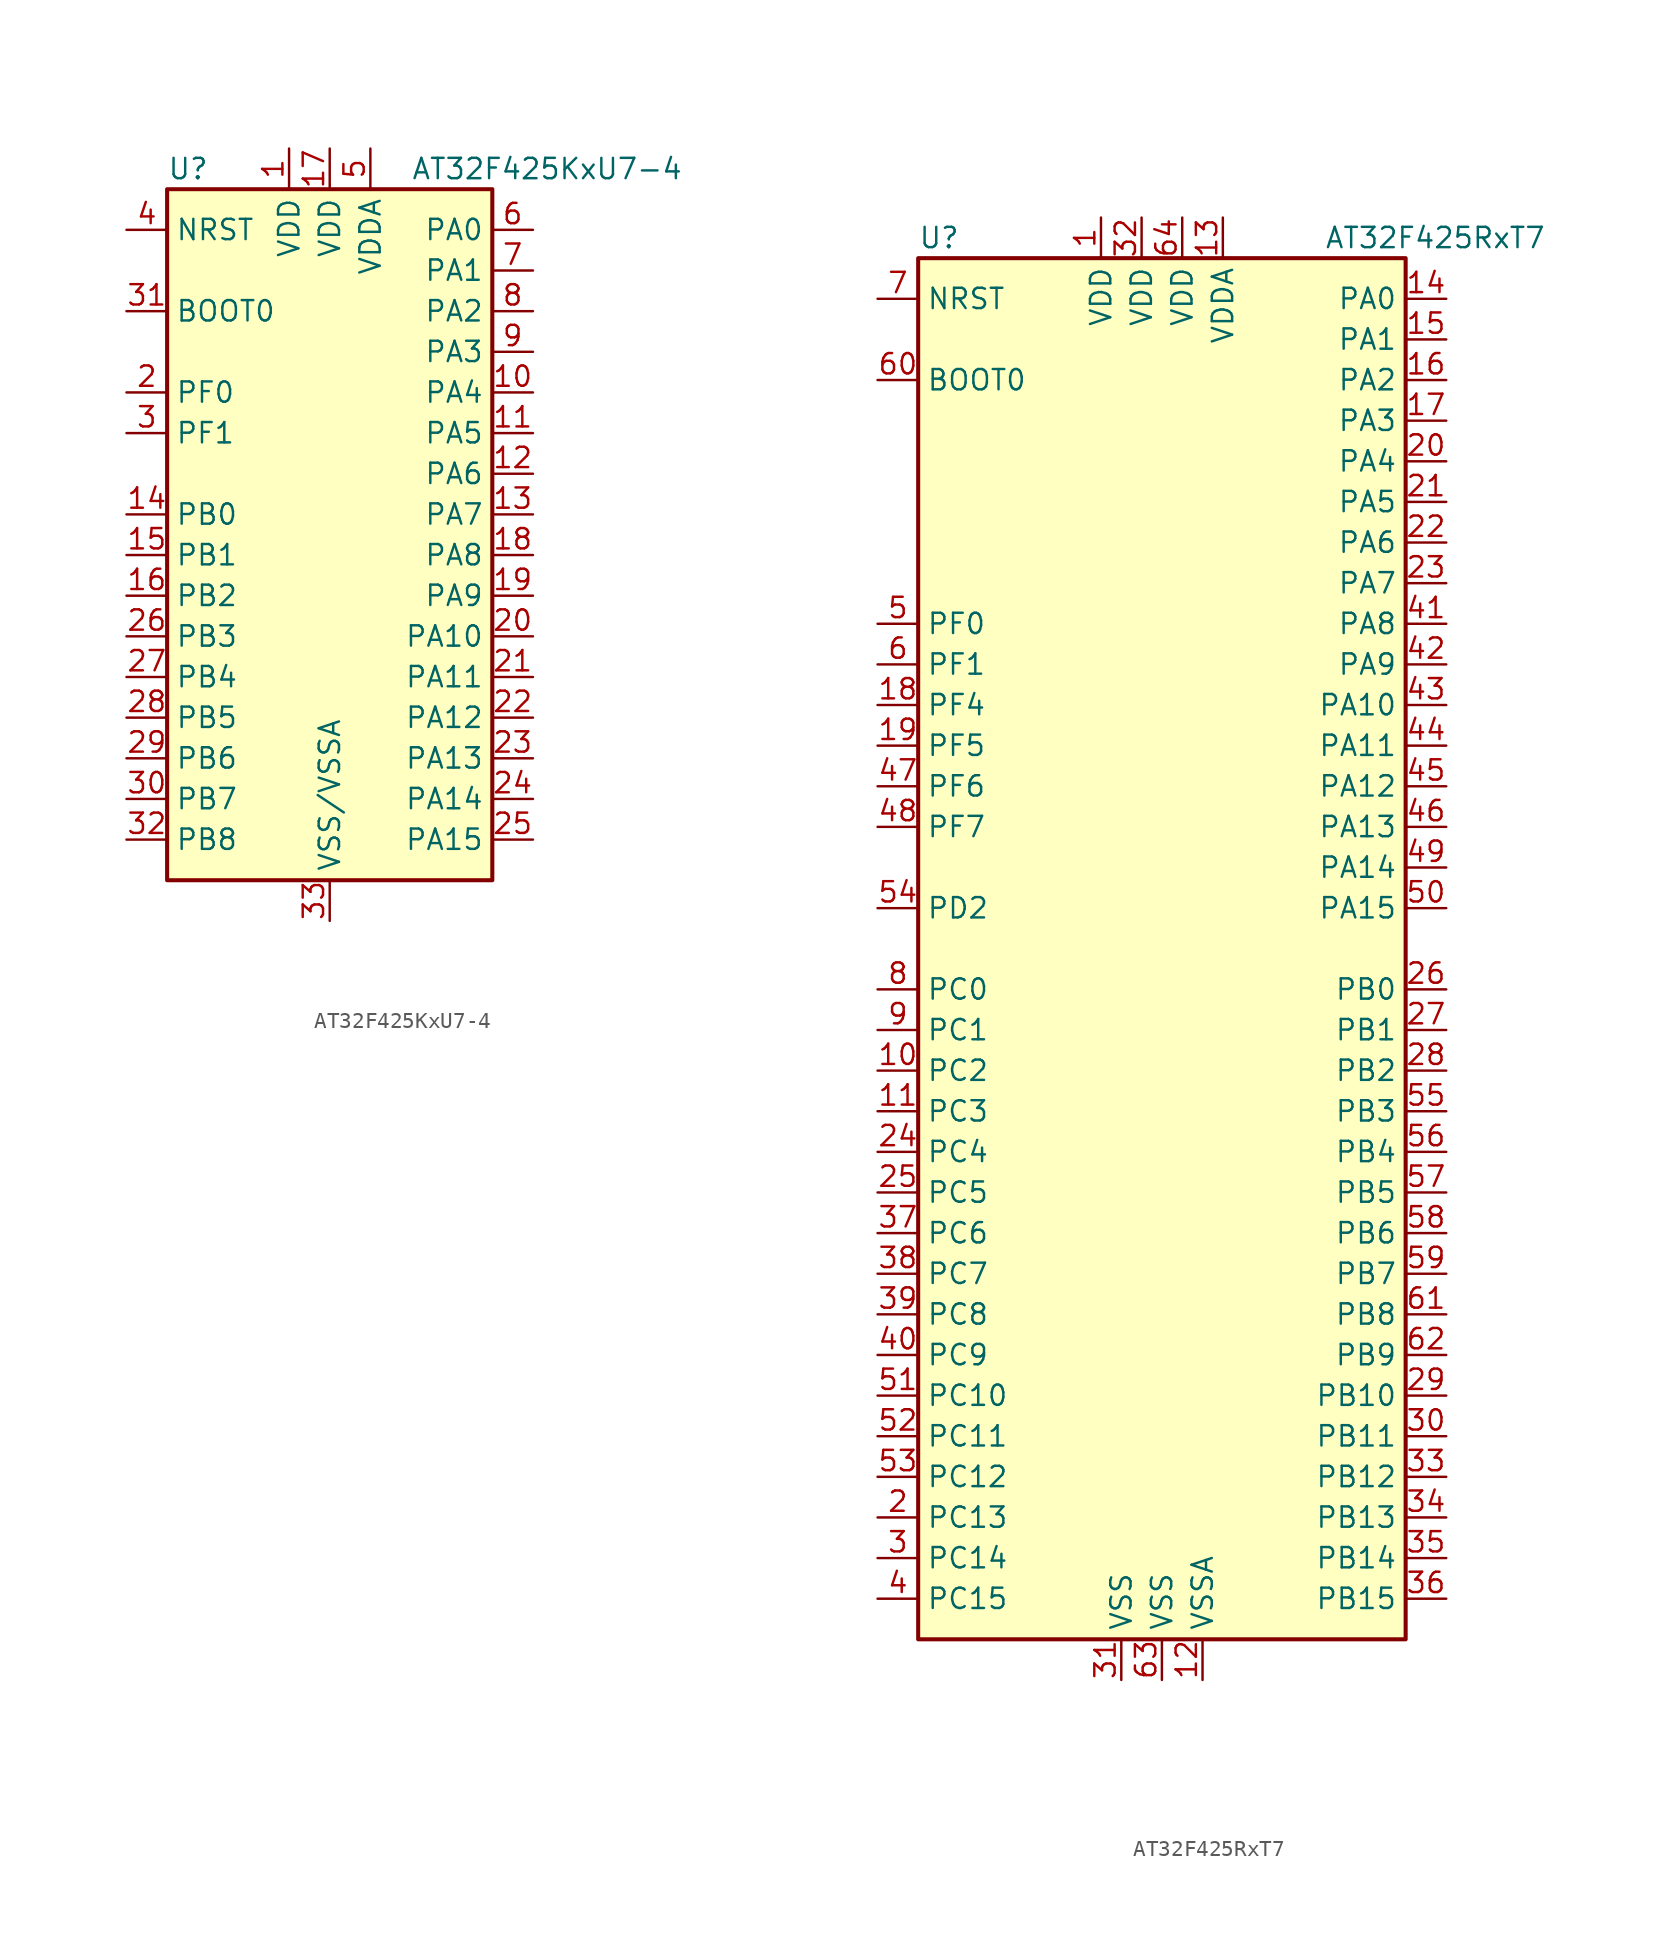
<source format=kicad_sym>
(kicad_symbol_lib
  (version 20220331)
  (generator kicad_symbol_editor)
  (symbol "AT32F425KxU7-4"
    (property "Reference" "U"
      (at -10.16 22.86 0)
      (effects (font (size 1.27 1.27)) (justify left)))
    (property "Value" "AT32F425KxU7-4"
      (at 5.08 22.86 0)
      (effects (font (size 1.27 1.27)) (justify left)))
    (symbol "AT32F425KxU7-4_0_1"
      (rectangle (start -10.16 -21.59) (end 10.16 21.59) (stroke (width 0.254) (type default)) (fill (type background))))
    (symbol "AT32F425KxU7-4_1_1"
      (pin power_in line (at -2.54 24.13 270) (length 2.54) (name "VDD" (effects (font (size 1.27 1.27)))) (number "1" (effects (font (size 1.27 1.27)))))
      (pin bidirectional line (at 12.7 8.89 180) (length 2.54) (name "PA4" (effects (font (size 1.27 1.27)))) (number "10" (effects (font (size 1.27 1.27)))))
      (pin bidirectional line (at 12.7 6.35 180) (length 2.54) (name "PA5" (effects (font (size 1.27 1.27)))) (number "11" (effects (font (size 1.27 1.27)))))
      (pin bidirectional line (at 12.7 3.81 180) (length 2.54) (name "PA6" (effects (font (size 1.27 1.27)))) (number "12" (effects (font (size 1.27 1.27)))))
      (pin bidirectional line (at 12.7 1.27 180) (length 2.54) (name "PA7" (effects (font (size 1.27 1.27)))) (number "13" (effects (font (size 1.27 1.27)))))
      (pin bidirectional line (at -12.7 1.27 0) (length 2.54) (name "PB0" (effects (font (size 1.27 1.27)))) (number "14" (effects (font (size 1.27 1.27)))))
      (pin bidirectional line (at -12.7 -1.27 0) (length 2.54) (name "PB1" (effects (font (size 1.27 1.27)))) (number "15" (effects (font (size 1.27 1.27)))))
      (pin bidirectional line (at -12.7 -3.81 0) (length 2.54) (name "PB2" (effects (font (size 1.27 1.27)))) (number "16" (effects (font (size 1.27 1.27)))))
      (pin power_in line (at 0 24.13 270) (length 2.54) (name "VDD" (effects (font (size 1.27 1.27)))) (number "17" (effects (font (size 1.27 1.27)))))
      (pin bidirectional line (at 12.7 -1.27 180) (length 2.54) (name "PA8" (effects (font (size 1.27 1.27)))) (number "18" (effects (font (size 1.27 1.27)))))
      (pin bidirectional line (at 12.7 -3.81 180) (length 2.54) (name "PA9" (effects (font (size 1.27 1.27)))) (number "19" (effects (font (size 1.27 1.27)))))
      (pin input line (at -12.7 8.89 0) (length 2.54) (name "PF0" (effects (font (size 1.27 1.27)))) (number "2" (effects (font (size 1.27 1.27)))))
      (pin bidirectional line (at 12.7 -6.35 180) (length 2.54) (name "PA10" (effects (font (size 1.27 1.27)))) (number "20" (effects (font (size 1.27 1.27)))))
      (pin bidirectional line (at 12.7 -8.89 180) (length 2.54) (name "PA11" (effects (font (size 1.27 1.27)))) (number "21" (effects (font (size 1.27 1.27)))))
      (pin bidirectional line (at 12.7 -11.43 180) (length 2.54) (name "PA12" (effects (font (size 1.27 1.27)))) (number "22" (effects (font (size 1.27 1.27)))))
      (pin bidirectional line (at 12.7 -13.97 180) (length 2.54) (name "PA13" (effects (font (size 1.27 1.27)))) (number "23" (effects (font (size 1.27 1.27)))))
      (pin bidirectional line (at 12.7 -16.51 180) (length 2.54) (name "PA14" (effects (font (size 1.27 1.27)))) (number "24" (effects (font (size 1.27 1.27)))))
      (pin bidirectional line (at 12.7 -19.05 180) (length 2.54) (name "PA15" (effects (font (size 1.27 1.27)))) (number "25" (effects (font (size 1.27 1.27)))))
      (pin bidirectional line (at -12.7 -6.35 0) (length 2.54) (name "PB3" (effects (font (size 1.27 1.27)))) (number "26" (effects (font (size 1.27 1.27)))))
      (pin bidirectional line (at -12.7 -8.89 0) (length 2.54) (name "PB4" (effects (font (size 1.27 1.27)))) (number "27" (effects (font (size 1.27 1.27)))))
      (pin bidirectional line (at -12.7 -11.43 0) (length 2.54) (name "PB5" (effects (font (size 1.27 1.27)))) (number "28" (effects (font (size 1.27 1.27)))))
      (pin bidirectional line (at -12.7 -13.97 0) (length 2.54) (name "PB6" (effects (font (size 1.27 1.27)))) (number "29" (effects (font (size 1.27 1.27)))))
      (pin input line (at -12.7 6.35 0) (length 2.54) (name "PF1" (effects (font (size 1.27 1.27)))) (number "3" (effects (font (size 1.27 1.27)))))
      (pin bidirectional line (at -12.7 -16.51 0) (length 2.54) (name "PB7" (effects (font (size 1.27 1.27)))) (number "30" (effects (font (size 1.27 1.27)))))
      (pin input line (at -12.7 13.97 0) (length 2.54) (name "BOOT0" (effects (font (size 1.27 1.27)))) (number "31" (effects (font (size 1.27 1.27)))))
      (pin bidirectional line (at -12.7 -19.05 0) (length 2.54) (name "PB8" (effects (font (size 1.27 1.27)))) (number "32" (effects (font (size 1.27 1.27)))))
      (pin power_in line (at 0 -24.13 90) (length 2.54) (name "VSS/VSSA" (effects (font (size 1.27 1.27)))) (number "33" (effects (font (size 1.27 1.27)))))
      (pin input line (at -12.7 19.05 0) (length 2.54) (name "NRST" (effects (font (size 1.27 1.27)))) (number "4" (effects (font (size 1.27 1.27)))))
      (pin power_in line (at 2.54 24.13 270) (length 2.54) (name "VDDA" (effects (font (size 1.27 1.27)))) (number "5" (effects (font (size 1.27 1.27)))))
      (pin bidirectional line (at 12.7 19.05 180) (length 2.54) (name "PA0" (effects (font (size 1.27 1.27)))) (number "6" (effects (font (size 1.27 1.27)))))
      (pin bidirectional line (at 12.7 16.51 180) (length 2.54) (name "PA1" (effects (font (size 1.27 1.27)))) (number "7" (effects (font (size 1.27 1.27)))))
      (pin bidirectional line (at 12.7 13.97 180) (length 2.54) (name "PA2" (effects (font (size 1.27 1.27)))) (number "8" (effects (font (size 1.27 1.27)))))
      (pin bidirectional line (at 12.7 11.43 180) (length 2.54) (name "PA3" (effects (font (size 1.27 1.27)))) (number "9" (effects (font (size 1.27 1.27)))))))
  (symbol "AT32F425RxT7"
    (property "Reference" "U"
      (at -15.24 44.45 0)
      (effects (font (size 1.27 1.27)) (justify left)))
    (property "Value" "AT32F425RxT7"
      (at 10.16 44.45 0)
      (effects (font (size 1.27 1.27)) (justify left)))
    (symbol "AT32F425RxT7_0_1"
      (rectangle (start -15.24 -43.18) (end 15.24 43.18) (stroke (width 0.254) (type default)) (fill (type background))))
    (symbol "AT32F425RxT7_1_1"
      (pin power_in line (at -3.81 45.72 270) (length 2.54) (name "VDD" (effects (font (size 1.27 1.27)))) (number "1" (effects (font (size 1.27 1.27)))))
      (pin bidirectional line (at -17.78 -7.62 0) (length 2.54) (name "PC2" (effects (font (size 1.27 1.27)))) (number "10" (effects (font (size 1.27 1.27)))))
      (pin bidirectional line (at -17.78 -10.16 0) (length 2.54) (name "PC3" (effects (font (size 1.27 1.27)))) (number "11" (effects (font (size 1.27 1.27)))))
      (pin power_in line (at 2.54 -45.72 90) (length 2.54) (name "VSSA" (effects (font (size 1.27 1.27)))) (number "12" (effects (font (size 1.27 1.27)))))
      (pin power_in line (at 3.81 45.72 270) (length 2.54) (name "VDDA" (effects (font (size 1.27 1.27)))) (number "13" (effects (font (size 1.27 1.27)))))
      (pin bidirectional line (at 17.78 40.64 180) (length 2.54) (name "PA0" (effects (font (size 1.27 1.27)))) (number "14" (effects (font (size 1.27 1.27)))))
      (pin bidirectional line (at 17.78 38.1 180) (length 2.54) (name "PA1" (effects (font (size 1.27 1.27)))) (number "15" (effects (font (size 1.27 1.27)))))
      (pin bidirectional line (at 17.78 35.56 180) (length 2.54) (name "PA2" (effects (font (size 1.27 1.27)))) (number "16" (effects (font (size 1.27 1.27)))))
      (pin bidirectional line (at 17.78 33.02 180) (length 2.54) (name "PA3" (effects (font (size 1.27 1.27)))) (number "17" (effects (font (size 1.27 1.27)))))
      (pin bidirectional line (at -17.78 15.24 0) (length 2.54) (name "PF4" (effects (font (size 1.27 1.27)))) (number "18" (effects (font (size 1.27 1.27)))))
      (pin bidirectional line (at -17.78 12.7 0) (length 2.54) (name "PF5" (effects (font (size 1.27 1.27)))) (number "19" (effects (font (size 1.27 1.27)))))
      (pin bidirectional line (at -17.78 -35.56 0) (length 2.54) (name "PC13" (effects (font (size 1.27 1.27)))) (number "2" (effects (font (size 1.27 1.27)))))
      (pin bidirectional line (at 17.78 30.48 180) (length 2.54) (name "PA4" (effects (font (size 1.27 1.27)))) (number "20" (effects (font (size 1.27 1.27)))))
      (pin bidirectional line (at 17.78 27.94 180) (length 2.54) (name "PA5" (effects (font (size 1.27 1.27)))) (number "21" (effects (font (size 1.27 1.27)))))
      (pin bidirectional line (at 17.78 25.4 180) (length 2.54) (name "PA6" (effects (font (size 1.27 1.27)))) (number "22" (effects (font (size 1.27 1.27)))))
      (pin bidirectional line (at 17.78 22.86 180) (length 2.54) (name "PA7" (effects (font (size 1.27 1.27)))) (number "23" (effects (font (size 1.27 1.27)))))
      (pin bidirectional line (at -17.78 -12.7 0) (length 2.54) (name "PC4" (effects (font (size 1.27 1.27)))) (number "24" (effects (font (size 1.27 1.27)))))
      (pin bidirectional line (at -17.78 -15.24 0) (length 2.54) (name "PC5" (effects (font (size 1.27 1.27)))) (number "25" (effects (font (size 1.27 1.27)))))
      (pin bidirectional line (at 17.78 -2.54 180) (length 2.54) (name "PB0" (effects (font (size 1.27 1.27)))) (number "26" (effects (font (size 1.27 1.27)))))
      (pin bidirectional line (at 17.78 -5.08 180) (length 2.54) (name "PB1" (effects (font (size 1.27 1.27)))) (number "27" (effects (font (size 1.27 1.27)))))
      (pin bidirectional line (at 17.78 -7.62 180) (length 2.54) (name "PB2" (effects (font (size 1.27 1.27)))) (number "28" (effects (font (size 1.27 1.27)))))
      (pin bidirectional line (at 17.78 -27.94 180) (length 2.54) (name "PB10" (effects (font (size 1.27 1.27)))) (number "29" (effects (font (size 1.27 1.27)))))
      (pin bidirectional line (at -17.78 -38.1 0) (length 2.54) (name "PC14" (effects (font (size 1.27 1.27)))) (number "3" (effects (font (size 1.27 1.27)))))
      (pin bidirectional line (at 17.78 -30.48 180) (length 2.54) (name "PB11" (effects (font (size 1.27 1.27)))) (number "30" (effects (font (size 1.27 1.27)))))
      (pin power_in line (at -2.54 -45.72 90) (length 2.54) (name "VSS" (effects (font (size 1.27 1.27)))) (number "31" (effects (font (size 1.27 1.27)))))
      (pin power_in line (at -1.27 45.72 270) (length 2.54) (name "VDD" (effects (font (size 1.27 1.27)))) (number "32" (effects (font (size 1.27 1.27)))))
      (pin bidirectional line (at 17.78 -33.02 180) (length 2.54) (name "PB12" (effects (font (size 1.27 1.27)))) (number "33" (effects (font (size 1.27 1.27)))))
      (pin bidirectional line (at 17.78 -35.56 180) (length 2.54) (name "PB13" (effects (font (size 1.27 1.27)))) (number "34" (effects (font (size 1.27 1.27)))))
      (pin bidirectional line (at 17.78 -38.1 180) (length 2.54) (name "PB14" (effects (font (size 1.27 1.27)))) (number "35" (effects (font (size 1.27 1.27)))))
      (pin bidirectional line (at 17.78 -40.64 180) (length 2.54) (name "PB15" (effects (font (size 1.27 1.27)))) (number "36" (effects (font (size 1.27 1.27)))))
      (pin bidirectional line (at -17.78 -17.78 0) (length 2.54) (name "PC6" (effects (font (size 1.27 1.27)))) (number "37" (effects (font (size 1.27 1.27)))))
      (pin bidirectional line (at -17.78 -20.32 0) (length 2.54) (name "PC7" (effects (font (size 1.27 1.27)))) (number "38" (effects (font (size 1.27 1.27)))))
      (pin bidirectional line (at -17.78 -22.86 0) (length 2.54) (name "PC8" (effects (font (size 1.27 1.27)))) (number "39" (effects (font (size 1.27 1.27)))))
      (pin bidirectional line (at -17.78 -40.64 0) (length 2.54) (name "PC15" (effects (font (size 1.27 1.27)))) (number "4" (effects (font (size 1.27 1.27)))))
      (pin bidirectional line (at -17.78 -25.4 0) (length 2.54) (name "PC9" (effects (font (size 1.27 1.27)))) (number "40" (effects (font (size 1.27 1.27)))))
      (pin bidirectional line (at 17.78 20.32 180) (length 2.54) (name "PA8" (effects (font (size 1.27 1.27)))) (number "41" (effects (font (size 1.27 1.27)))))
      (pin bidirectional line (at 17.78 17.78 180) (length 2.54) (name "PA9" (effects (font (size 1.27 1.27)))) (number "42" (effects (font (size 1.27 1.27)))))
      (pin bidirectional line (at 17.78 15.24 180) (length 2.54) (name "PA10" (effects (font (size 1.27 1.27)))) (number "43" (effects (font (size 1.27 1.27)))))
      (pin bidirectional line (at 17.78 12.7 180) (length 2.54) (name "PA11" (effects (font (size 1.27 1.27)))) (number "44" (effects (font (size 1.27 1.27)))))
      (pin bidirectional line (at 17.78 10.16 180) (length 2.54) (name "PA12" (effects (font (size 1.27 1.27)))) (number "45" (effects (font (size 1.27 1.27)))))
      (pin bidirectional line (at 17.78 7.62 180) (length 2.54) (name "PA13" (effects (font (size 1.27 1.27)))) (number "46" (effects (font (size 1.27 1.27)))))
      (pin bidirectional line (at -17.78 10.16 0) (length 2.54) (name "PF6" (effects (font (size 1.27 1.27)))) (number "47" (effects (font (size 1.27 1.27)))))
      (pin bidirectional line (at -17.78 7.62 0) (length 2.54) (name "PF7" (effects (font (size 1.27 1.27)))) (number "48" (effects (font (size 1.27 1.27)))))
      (pin bidirectional line (at 17.78 5.08 180) (length 2.54) (name "PA14" (effects (font (size 1.27 1.27)))) (number "49" (effects (font (size 1.27 1.27)))))
      (pin input line (at -17.78 20.32 0) (length 2.54) (name "PF0" (effects (font (size 1.27 1.27)))) (number "5" (effects (font (size 1.27 1.27)))))
      (pin bidirectional line (at 17.78 2.54 180) (length 2.54) (name "PA15" (effects (font (size 1.27 1.27)))) (number "50" (effects (font (size 1.27 1.27)))))
      (pin bidirectional line (at -17.78 -27.94 0) (length 2.54) (name "PC10" (effects (font (size 1.27 1.27)))) (number "51" (effects (font (size 1.27 1.27)))))
      (pin bidirectional line (at -17.78 -30.48 0) (length 2.54) (name "PC11" (effects (font (size 1.27 1.27)))) (number "52" (effects (font (size 1.27 1.27)))))
      (pin bidirectional line (at -17.78 -33.02 0) (length 2.54) (name "PC12" (effects (font (size 1.27 1.27)))) (number "53" (effects (font (size 1.27 1.27)))))
      (pin bidirectional line (at -17.78 2.54 0) (length 2.54) (name "PD2" (effects (font (size 1.27 1.27)))) (number "54" (effects (font (size 1.27 1.27)))))
      (pin bidirectional line (at 17.78 -10.16 180) (length 2.54) (name "PB3" (effects (font (size 1.27 1.27)))) (number "55" (effects (font (size 1.27 1.27)))))
      (pin bidirectional line (at 17.78 -12.7 180) (length 2.54) (name "PB4" (effects (font (size 1.27 1.27)))) (number "56" (effects (font (size 1.27 1.27)))))
      (pin bidirectional line (at 17.78 -15.24 180) (length 2.54) (name "PB5" (effects (font (size 1.27 1.27)))) (number "57" (effects (font (size 1.27 1.27)))))
      (pin bidirectional line (at 17.78 -17.78 180) (length 2.54) (name "PB6" (effects (font (size 1.27 1.27)))) (number "58" (effects (font (size 1.27 1.27)))))
      (pin bidirectional line (at 17.78 -20.32 180) (length 2.54) (name "PB7" (effects (font (size 1.27 1.27)))) (number "59" (effects (font (size 1.27 1.27)))))
      (pin input line (at -17.78 17.78 0) (length 2.54) (name "PF1" (effects (font (size 1.27 1.27)))) (number "6" (effects (font (size 1.27 1.27)))))
      (pin input line (at -17.78 35.56 0) (length 2.54) (name "BOOT0" (effects (font (size 1.27 1.27)))) (number "60" (effects (font (size 1.27 1.27)))))
      (pin bidirectional line (at 17.78 -22.86 180) (length 2.54) (name "PB8" (effects (font (size 1.27 1.27)))) (number "61" (effects (font (size 1.27 1.27)))))
      (pin bidirectional line (at 17.78 -25.4 180) (length 2.54) (name "PB9" (effects (font (size 1.27 1.27)))) (number "62" (effects (font (size 1.27 1.27)))))
      (pin power_in line (at 0 -45.72 90) (length 2.54) (name "VSS" (effects (font (size 1.27 1.27)))) (number "63" (effects (font (size 1.27 1.27)))))
      (pin power_in line (at 1.27 45.72 270) (length 2.54) (name "VDD" (effects (font (size 1.27 1.27)))) (number "64" (effects (font (size 1.27 1.27)))))
      (pin input line (at -17.78 40.64 0) (length 2.54) (name "NRST" (effects (font (size 1.27 1.27)))) (number "7" (effects (font (size 1.27 1.27)))))
      (pin bidirectional line (at -17.78 -2.54 0) (length 2.54) (name "PC0" (effects (font (size 1.27 1.27)))) (number "8" (effects (font (size 1.27 1.27)))))
      (pin bidirectional line (at -17.78 -5.08 0) (length 2.54) (name "PC1" (effects (font (size 1.27 1.27)))) (number "9" (effects (font (size 1.27 1.27))))))))
</source>
